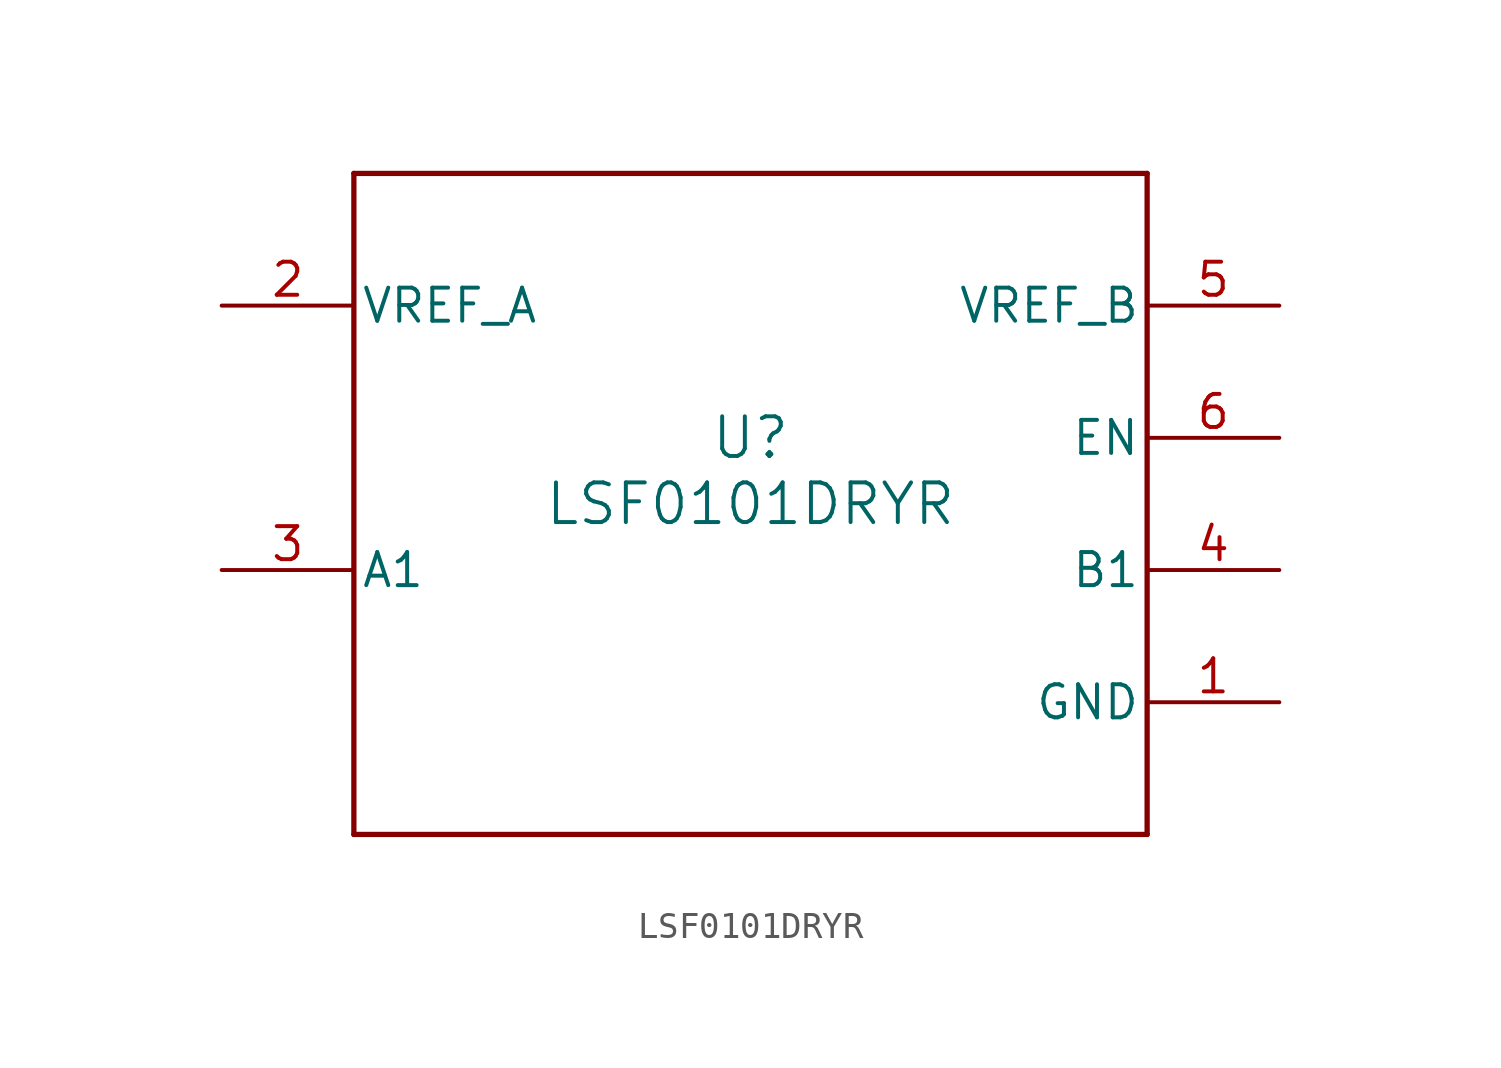
<source format=kicad_sym>
(kicad_symbol_lib
  (version 20211014)
  (generator kicad_symbol_editor)
  (symbol "LSF0101DRYR"
    (pin_names
      (offset 0.254))
    (property "Reference" "U"
      (at 0 2.54 0)
      (effects (font (size 1.524 1.524))))
    (property "Value" "LSF0101DRYR"
      (at 0 0 0)
      (effects (font (size 1.524 1.524))))
    (symbol "LSF0101DRYR_0_1"
      (polyline (pts (xy -15.24 -12.7) (xy 15.24 -12.7)) (stroke (width 0.203) (type default) (color 0 0 0 0)) (fill (type none)))
      (polyline (pts (xy 15.24 -12.7) (xy 15.24 12.7)) (stroke (width 0.203) (type default) (color 0 0 0 0)) (fill (type none)))
      (polyline (pts (xy 15.24 12.7) (xy -15.24 12.7)) (stroke (width 0.203) (type default) (color 0 0 0 0)) (fill (type none)))
      (polyline (pts (xy -15.24 12.7) (xy -15.24 -12.7)) (stroke (width 0.203) (type default) (color 0 0 0 0)) (fill (type none)))
      (pin power_in line (at 20.32 -7.62 180) (length 5.08) (name "GND" (effects (font (size 1.27 1.27)))) (number "1" (effects (font (size 1.27 1.27)))))
      (pin power_in line (at -20.32 7.62 0) (length 5.08) (name "VREF_A" (effects (font (size 1.27 1.27)))) (number "2" (effects (font (size 1.27 1.27)))))
      (pin bidirectional line (at -20.32 -2.54 0) (length 5.08) (name "A1" (effects (font (size 1.27 1.27)))) (number "3" (effects (font (size 1.27 1.27)))))
      (pin bidirectional line (at 20.32 -2.54 180) (length 5.08) (name "B1" (effects (font (size 1.27 1.27)))) (number "4" (effects (font (size 1.27 1.27)))))
      (pin power_in line (at 20.32 7.62 180) (length 5.08) (name "VREF_B" (effects (font (size 1.27 1.27)))) (number "5" (effects (font (size 1.27 1.27)))))
      (pin input line (at 20.32 2.54 180) (length 5.08) (name "EN" (effects (font (size 1.27 1.27)))) (number "6" (effects (font (size 1.27 1.27))))))))
</source>
